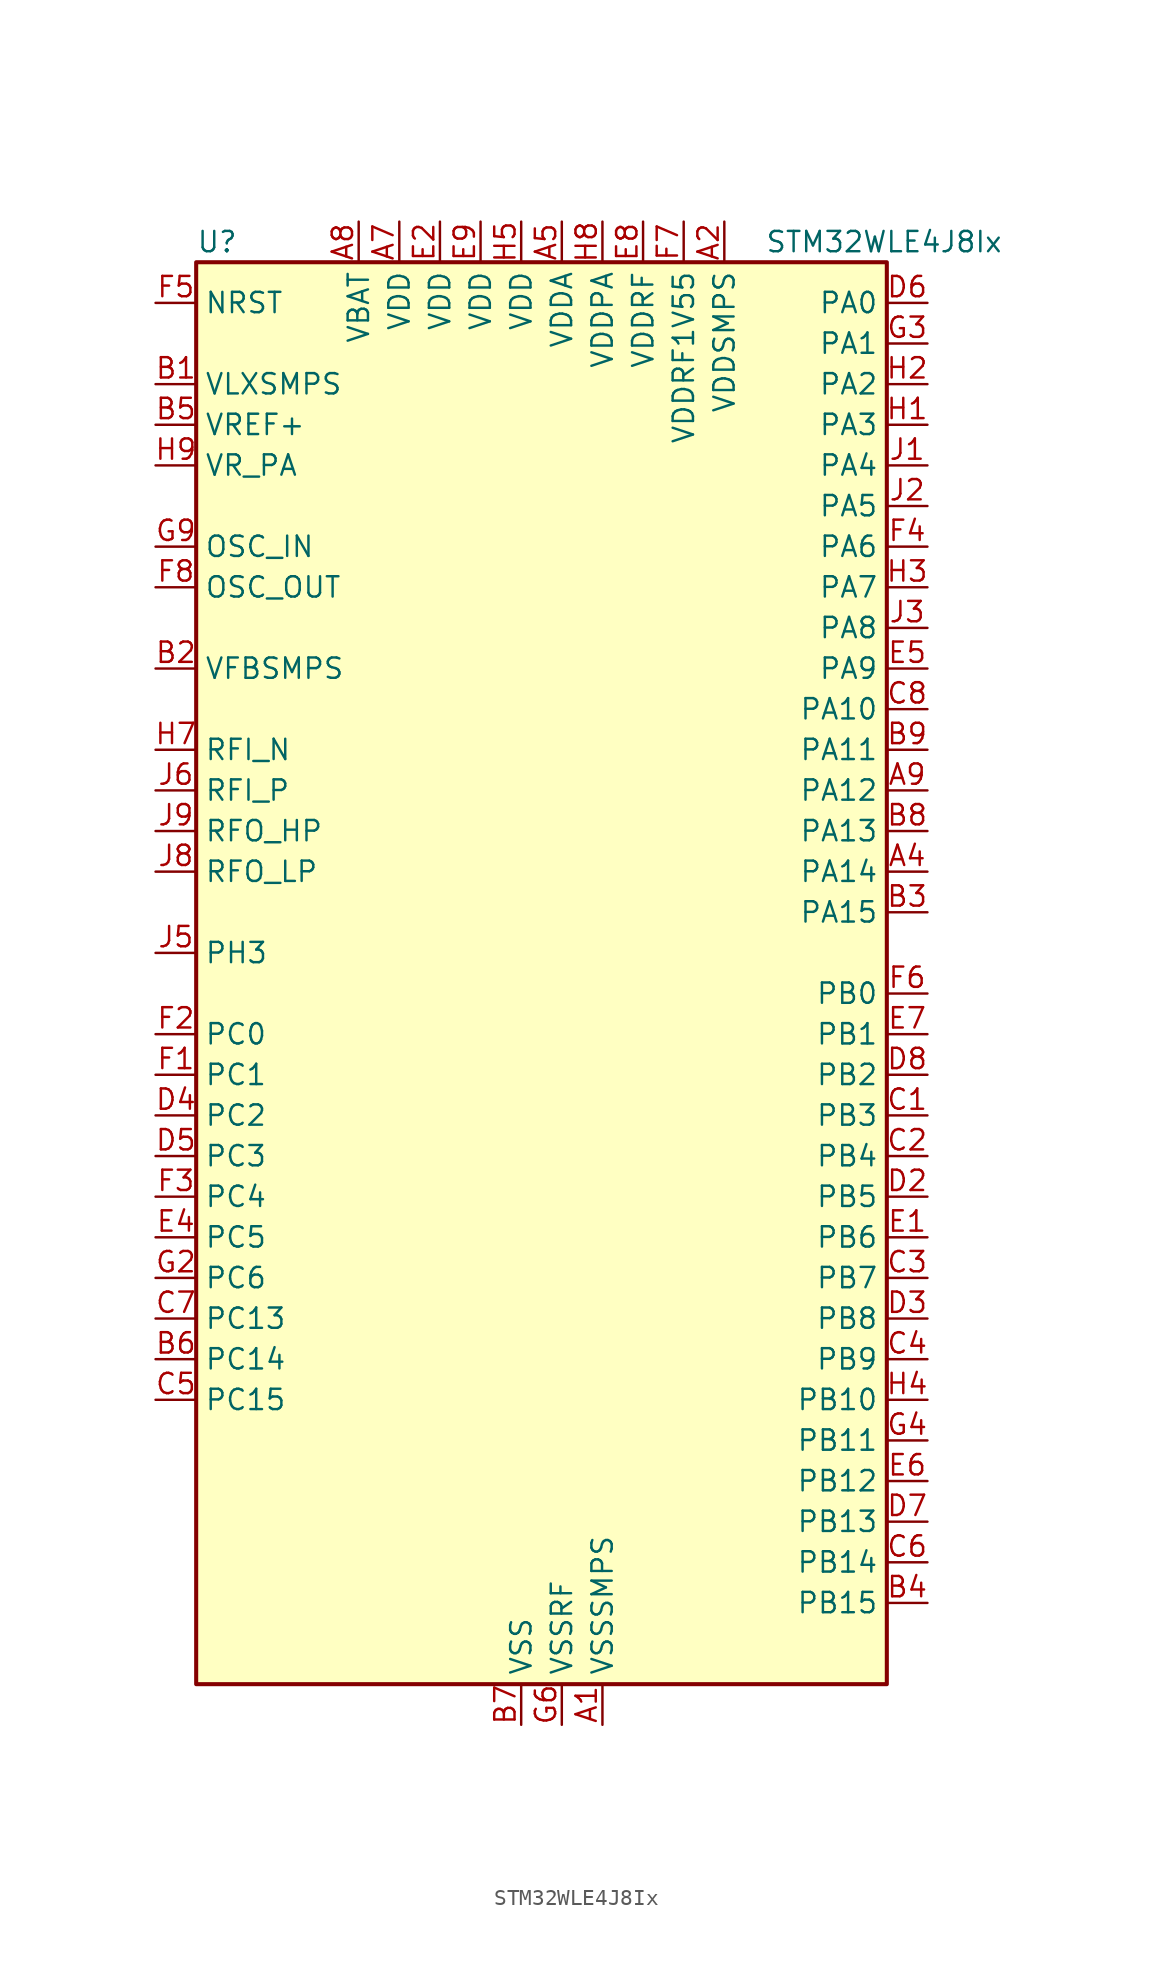
<source format=kicad_sym>
(kicad_symbol_lib
  (version 20231120)
  (generator "kicad_symbol_editor")
  (generator_version "8.0")
  (symbol "STM32WLE4J8Ix"
    (property "Reference" "U"
      (at -20.32 46.99 0)
      (effects (font (size 1.27 1.27)) (justify left)))
    (property "Value" "STM32WLE4J8Ix"
      (at 15.24 46.99 0)
      (effects (font (size 1.27 1.27)) (justify left)))
    (property "ki_locked" ""
      (at 0 0 0)
      (effects (font (size 1.27 1.27))))
    (symbol "STM32WLE4J8Ix_0_1"
      (rectangle (start -20.32 -43.18) (end 22.86 45.72) (stroke (width 0.254) (type default)) (fill (type background))))
    (symbol "STM32WLE4J8Ix_1_1"
      (pin power_in line (at 5.08 -45.72 90) (length 2.54) (name "VSSSMPS" (effects (font (size 1.27 1.27)))) (number "A1" (effects (font (size 1.27 1.27)))))
      (pin power_in line (at 12.7 48.26 270) (length 2.54) (name "VDDSMPS" (effects (font (size 1.27 1.27)))) (number "A2" (effects (font (size 1.27 1.27)))))
      (pin bidirectional line (at 25.4 7.62 180) (length 2.54) (name "PA14" (effects (font (size 1.27 1.27)))) (number "A4" (effects (font (size 1.27 1.27)))) (alternate "ADC_IN10" bidirectional line) (alternate "DEBUG_JTCK-SWCLK" bidirectional line) (alternate "I2C1_SMBA" bidirectional line) (alternate "LPTIM1_OUT" bidirectional line))
      (pin power_in line (at 2.54 48.26 270) (length 2.54) (name "VDDA" (effects (font (size 1.27 1.27)))) (number "A5" (effects (font (size 1.27 1.27)))))
      (pin power_in line (at -7.62 48.26 270) (length 2.54) (name "VDD" (effects (font (size 1.27 1.27)))) (number "A7" (effects (font (size 1.27 1.27)))))
      (pin power_in line (at -10.16 48.26 270) (length 2.54) (name "VBAT" (effects (font (size 1.27 1.27)))) (number "A8" (effects (font (size 1.27 1.27)))))
      (pin bidirectional line (at 25.4 12.7 180) (length 2.54) (name "PA12" (effects (font (size 1.27 1.27)))) (number "A9" (effects (font (size 1.27 1.27)))) (alternate "ADC_IN8" bidirectional line) (alternate "DEBUG_RF-BUSY" bidirectional line) (alternate "I2C2_SCL" bidirectional line) (alternate "LPTIM3_IN1" bidirectional line) (alternate "SPI1_MOSI" bidirectional line) (alternate "TIM1_ETR" bidirectional line) (alternate "USART1_DE" bidirectional line) (alternate "USART1_RTS" bidirectional line))
      (pin power_in line (at -22.86 38.1 0) (length 2.54) (name "VLXSMPS" (effects (font (size 1.27 1.27)))) (number "B1" (effects (font (size 1.27 1.27)))))
      (pin input line (at -22.86 20.32 0) (length 2.54) (name "VFBSMPS" (effects (font (size 1.27 1.27)))) (number "B2" (effects (font (size 1.27 1.27)))))
      (pin bidirectional line (at 25.4 5.08 180) (length 2.54) (name "PA15" (effects (font (size 1.27 1.27)))) (number "B3" (effects (font (size 1.27 1.27)))) (alternate "ADC_IN11" bidirectional line) (alternate "COMP1_INM" bidirectional line) (alternate "COMP2_INP" bidirectional line) (alternate "DEBUG_JTDI" bidirectional line) (alternate "I2C2_SDA" bidirectional line) (alternate "SPI1_NSS" bidirectional line) (alternate "TIM2_CH1" bidirectional line) (alternate "TIM2_ETR" bidirectional line))
      (pin bidirectional line (at 25.4 -38.1 180) (length 2.54) (name "PB15" (effects (font (size 1.27 1.27)))) (number "B4" (effects (font (size 1.27 1.27)))) (alternate "I2C2_SCL" bidirectional line) (alternate "I2S2_SD" bidirectional line) (alternate "SPI2_MOSI" bidirectional line) (alternate "TIM1_CH3N" bidirectional line))
      (pin input line (at -22.86 35.56 0) (length 2.54) (name "VREF+" (effects (font (size 1.27 1.27)))) (number "B5" (effects (font (size 1.27 1.27)))) (alternate "VREFBUF_OUT" bidirectional line))
      (pin bidirectional line (at -22.86 -22.86 0) (length 2.54) (name "PC14" (effects (font (size 1.27 1.27)))) (number "B6" (effects (font (size 1.27 1.27)))) (alternate "RCC_OSC32_IN" bidirectional line))
      (pin power_in line (at 0 -45.72 90) (length 2.54) (name "VSS" (effects (font (size 1.27 1.27)))) (number "B7" (effects (font (size 1.27 1.27)))))
      (pin bidirectional line (at 25.4 10.16 180) (length 2.54) (name "PA13" (effects (font (size 1.27 1.27)))) (number "B8" (effects (font (size 1.27 1.27)))) (alternate "ADC_IN9" bidirectional line) (alternate "DEBUG_JTMS-SWDIO" bidirectional line) (alternate "I2C2_SMBA" bidirectional line) (alternate "IR_OUT" bidirectional line))
      (pin bidirectional line (at 25.4 15.24 180) (length 2.54) (name "PA11" (effects (font (size 1.27 1.27)))) (number "B9" (effects (font (size 1.27 1.27)))) (alternate "ADC_EXTI11" bidirectional line) (alternate "ADC_IN7" bidirectional line) (alternate "COMP1_INM" bidirectional line) (alternate "COMP2_INM" bidirectional line) (alternate "DEBUG_RF-NRESET" bidirectional line) (alternate "I2C2_SDA" bidirectional line) (alternate "LPTIM3_ETR" bidirectional line) (alternate "SPI1_MISO" bidirectional line) (alternate "TIM1_BKIN2" bidirectional line) (alternate "TIM1_CH4" bidirectional line) (alternate "USART1_CTS" bidirectional line) (alternate "USART1_NSS" bidirectional line))
      (pin bidirectional line (at 25.4 -7.62 180) (length 2.54) (name "PB3" (effects (font (size 1.27 1.27)))) (number "C1" (effects (font (size 1.27 1.27)))) (alternate "ADC_IN2" bidirectional line) (alternate "COMP1_INM" bidirectional line) (alternate "COMP2_INM" bidirectional line) (alternate "DEBUG_JTDO-SWO" bidirectional line) (alternate "DEBUG_RF-DTB1" bidirectional line) (alternate "PWR_WKUP3" bidirectional line) (alternate "RTC_TAMP_IN3" bidirectional line) (alternate "SPI1_SCK" bidirectional line) (alternate "TIM2_CH2" bidirectional line) (alternate "USART1_DE" bidirectional line) (alternate "USART1_RTS" bidirectional line))
      (pin bidirectional line (at 25.4 -10.16 180) (length 2.54) (name "PB4" (effects (font (size 1.27 1.27)))) (number "C2" (effects (font (size 1.27 1.27)))) (alternate "ADC_IN3" bidirectional line) (alternate "COMP1_INP" bidirectional line) (alternate "COMP2_INP" bidirectional line) (alternate "DEBUG_JTRST" bidirectional line) (alternate "DEBUG_RF-LDORDY" bidirectional line) (alternate "I2C3_SDA" bidirectional line) (alternate "SPI1_MISO" bidirectional line) (alternate "TIM17_BKIN" bidirectional line) (alternate "USART1_CTS" bidirectional line) (alternate "USART1_NSS" bidirectional line))
      (pin bidirectional line (at 25.4 -17.78 180) (length 2.54) (name "PB7" (effects (font (size 1.27 1.27)))) (number "C3" (effects (font (size 1.27 1.27)))) (alternate "I2C1_SDA" bidirectional line) (alternate "LPTIM1_IN2" bidirectional line) (alternate "PWR_PVD_IN" bidirectional line) (alternate "TIM17_CH1N" bidirectional line) (alternate "TIM1_BKIN" bidirectional line) (alternate "USART1_RX" bidirectional line))
      (pin bidirectional line (at 25.4 -22.86 180) (length 2.54) (name "PB9" (effects (font (size 1.27 1.27)))) (number "C4" (effects (font (size 1.27 1.27)))) (alternate "DAC_EXTI9" bidirectional line) (alternate "I2C1_SDA" bidirectional line) (alternate "I2S2_WS" bidirectional line) (alternate "IR_OUT" bidirectional line) (alternate "SPI2_NSS" bidirectional line) (alternate "TIM17_CH1" bidirectional line) (alternate "TIM1_CH3N" bidirectional line))
      (pin bidirectional line (at -22.86 -25.4 0) (length 2.54) (name "PC15" (effects (font (size 1.27 1.27)))) (number "C5" (effects (font (size 1.27 1.27)))) (alternate "RCC_OSC32_OUT" bidirectional line))
      (pin bidirectional line (at 25.4 -35.56 180) (length 2.54) (name "PB14" (effects (font (size 1.27 1.27)))) (number "C6" (effects (font (size 1.27 1.27)))) (alternate "ADC_IN1" bidirectional line) (alternate "I2C3_SDA" bidirectional line) (alternate "I2S2_MCK" bidirectional line) (alternate "SPI2_MISO" bidirectional line) (alternate "TIM1_CH2N" bidirectional line))
      (pin bidirectional line (at -22.86 -20.32 0) (length 2.54) (name "PC13" (effects (font (size 1.27 1.27)))) (number "C7" (effects (font (size 1.27 1.27)))) (alternate "PWR_WKUP2" bidirectional line) (alternate "RTC_OUT1" bidirectional line) (alternate "RTC_TAMP_IN1" bidirectional line) (alternate "RTC_TS" bidirectional line))
      (pin bidirectional line (at 25.4 17.78 180) (length 2.54) (name "PA10" (effects (font (size 1.27 1.27)))) (number "C8" (effects (font (size 1.27 1.27)))) (alternate "ADC_IN6" bidirectional line) (alternate "COMP1_INM" bidirectional line) (alternate "COMP2_INM" bidirectional line) (alternate "DAC_OUT1" bidirectional line) (alternate "DEBUG_RF-HSE32RDY" bidirectional line) (alternate "I2C1_SDA" bidirectional line) (alternate "I2S2_SD" bidirectional line) (alternate "RTC_REFIN" bidirectional line) (alternate "SPI2_MOSI" bidirectional line) (alternate "TIM17_BKIN" bidirectional line) (alternate "TIM1_CH3" bidirectional line) (alternate "USART1_RX" bidirectional line))
      (pin bidirectional line (at 25.4 -12.7 180) (length 2.54) (name "PB5" (effects (font (size 1.27 1.27)))) (number "D2" (effects (font (size 1.27 1.27)))) (alternate "COMP2_OUT" bidirectional line) (alternate "I2C1_SMBA" bidirectional line) (alternate "LPTIM1_IN1" bidirectional line) (alternate "SPI1_MOSI" bidirectional line) (alternate "TIM16_BKIN" bidirectional line) (alternate "USART1_CK" bidirectional line))
      (pin bidirectional line (at 25.4 -20.32 180) (length 2.54) (name "PB8" (effects (font (size 1.27 1.27)))) (number "D3" (effects (font (size 1.27 1.27)))) (alternate "I2C1_SCL" bidirectional line) (alternate "TIM16_CH1" bidirectional line) (alternate "TIM1_CH2N" bidirectional line))
      (pin bidirectional line (at -22.86 -7.62 0) (length 2.54) (name "PC2" (effects (font (size 1.27 1.27)))) (number "D4" (effects (font (size 1.27 1.27)))) (alternate "LPTIM1_IN2" bidirectional line) (alternate "SPI2_MISO" bidirectional line))
      (pin bidirectional line (at -22.86 -10.16 0) (length 2.54) (name "PC3" (effects (font (size 1.27 1.27)))) (number "D5" (effects (font (size 1.27 1.27)))) (alternate "I2S2_SD" bidirectional line) (alternate "LPTIM1_ETR" bidirectional line) (alternate "LPTIM2_ETR" bidirectional line) (alternate "SPI2_MOSI" bidirectional line))
      (pin bidirectional line (at 25.4 43.18 180) (length 2.54) (name "PA0" (effects (font (size 1.27 1.27)))) (number "D6" (effects (font (size 1.27 1.27)))) (alternate "COMP1_OUT" bidirectional line) (alternate "DEBUG_PWR-REGLP1S" bidirectional line) (alternate "I2C3_SMBA" bidirectional line) (alternate "I2S_CKIN" bidirectional line) (alternate "PWR_WKUP1" bidirectional line) (alternate "RTC_TAMP_IN2" bidirectional line) (alternate "TIM2_CH1" bidirectional line) (alternate "TIM2_ETR" bidirectional line) (alternate "USART2_CTS" bidirectional line) (alternate "USART2_NSS" bidirectional line))
      (pin bidirectional line (at 25.4 -33.02 180) (length 2.54) (name "PB13" (effects (font (size 1.27 1.27)))) (number "D7" (effects (font (size 1.27 1.27)))) (alternate "ADC_IN0" bidirectional line) (alternate "I2C3_SCL" bidirectional line) (alternate "I2S2_CK" bidirectional line) (alternate "LPUART1_CTS" bidirectional line) (alternate "SPI2_SCK" bidirectional line) (alternate "TIM1_CH1N" bidirectional line))
      (pin bidirectional line (at 25.4 -5.08 180) (length 2.54) (name "PB2" (effects (font (size 1.27 1.27)))) (number "D8" (effects (font (size 1.27 1.27)))) (alternate "ADC_IN4" bidirectional line) (alternate "COMP1_INP" bidirectional line) (alternate "COMP2_INM" bidirectional line) (alternate "DEBUG_RF-SMPSRDY" bidirectional line) (alternate "I2C3_SMBA" bidirectional line) (alternate "LPTIM1_OUT" bidirectional line) (alternate "SPI1_NSS" bidirectional line))
      (pin passive line (at 0 -45.72 90) (length 2.54) hide (name "VSS" (effects (font (size 1.27 1.27)))) (number "D9" (effects (font (size 1.27 1.27)))))
      (pin bidirectional line (at 25.4 -15.24 180) (length 2.54) (name "PB6" (effects (font (size 1.27 1.27)))) (number "E1" (effects (font (size 1.27 1.27)))) (alternate "I2C1_SCL" bidirectional line) (alternate "LPTIM1_ETR" bidirectional line) (alternate "TIM16_CH1N" bidirectional line) (alternate "USART1_TX" bidirectional line))
      (pin power_in line (at -5.08 48.26 270) (length 2.54) (name "VDD" (effects (font (size 1.27 1.27)))) (number "E2" (effects (font (size 1.27 1.27)))))
      (pin passive line (at 0 -45.72 90) (length 2.54) hide (name "VSS" (effects (font (size 1.27 1.27)))) (number "E3" (effects (font (size 1.27 1.27)))))
      (pin bidirectional line (at -22.86 -15.24 0) (length 2.54) (name "PC5" (effects (font (size 1.27 1.27)))) (number "E4" (effects (font (size 1.27 1.27)))))
      (pin bidirectional line (at 25.4 20.32 180) (length 2.54) (name "PA9" (effects (font (size 1.27 1.27)))) (number "E5" (effects (font (size 1.27 1.27)))) (alternate "DAC_EXTI9" bidirectional line) (alternate "I2C1_SCL" bidirectional line) (alternate "I2S2_CK" bidirectional line) (alternate "I2S2_WS" bidirectional line) (alternate "SPI2_NSS" bidirectional line) (alternate "SPI2_SCK" bidirectional line) (alternate "TIM1_CH2" bidirectional line) (alternate "USART1_TX" bidirectional line))
      (pin bidirectional line (at 25.4 -30.48 180) (length 2.54) (name "PB12" (effects (font (size 1.27 1.27)))) (number "E6" (effects (font (size 1.27 1.27)))) (alternate "I2C3_SMBA" bidirectional line) (alternate "I2S2_WS" bidirectional line) (alternate "LPUART1_RTS" bidirectional line) (alternate "SPI2_NSS" bidirectional line) (alternate "TIM1_BKIN" bidirectional line))
      (pin bidirectional line (at 25.4 -2.54 180) (length 2.54) (name "PB1" (effects (font (size 1.27 1.27)))) (number "E7" (effects (font (size 1.27 1.27)))) (alternate "ADC_IN5" bidirectional line) (alternate "COMP2_INP" bidirectional line) (alternate "LPTIM2_IN1" bidirectional line) (alternate "LPUART1_DE" bidirectional line) (alternate "LPUART1_RTS" bidirectional line))
      (pin power_in line (at 7.62 48.26 270) (length 2.54) (name "VDDRF" (effects (font (size 1.27 1.27)))) (number "E8" (effects (font (size 1.27 1.27)))))
      (pin power_in line (at -2.54 48.26 270) (length 2.54) (name "VDD" (effects (font (size 1.27 1.27)))) (number "E9" (effects (font (size 1.27 1.27)))))
      (pin bidirectional line (at -22.86 -5.08 0) (length 2.54) (name "PC1" (effects (font (size 1.27 1.27)))) (number "F1" (effects (font (size 1.27 1.27)))) (alternate "I2C3_SDA" bidirectional line) (alternate "I2S2_SD" bidirectional line) (alternate "LPTIM1_OUT" bidirectional line) (alternate "LPUART1_TX" bidirectional line) (alternate "SPI2_MOSI" bidirectional line))
      (pin bidirectional line (at -22.86 -2.54 0) (length 2.54) (name "PC0" (effects (font (size 1.27 1.27)))) (number "F2" (effects (font (size 1.27 1.27)))) (alternate "I2C3_SCL" bidirectional line) (alternate "LPTIM1_IN1" bidirectional line) (alternate "LPTIM2_IN1" bidirectional line) (alternate "LPUART1_RX" bidirectional line))
      (pin bidirectional line (at -22.86 -12.7 0) (length 2.54) (name "PC4" (effects (font (size 1.27 1.27)))) (number "F3" (effects (font (size 1.27 1.27)))))
      (pin bidirectional line (at 25.4 27.94 180) (length 2.54) (name "PA6" (effects (font (size 1.27 1.27)))) (number "F4" (effects (font (size 1.27 1.27)))) (alternate "DEBUG_SUBGHZSPI-MISOOUT" bidirectional line) (alternate "I2C2_SMBA" bidirectional line) (alternate "LPUART1_CTS" bidirectional line) (alternate "SPI1_MISO" bidirectional line) (alternate "TIM16_CH1" bidirectional line) (alternate "TIM1_BKIN" bidirectional line))
      (pin input line (at -22.86 43.18 0) (length 2.54) (name "NRST" (effects (font (size 1.27 1.27)))) (number "F5" (effects (font (size 1.27 1.27)))))
      (pin bidirectional line (at 25.4 0 180) (length 2.54) (name "PB0" (effects (font (size 1.27 1.27)))) (number "F6" (effects (font (size 1.27 1.27)))) (alternate "COMP1_OUT" bidirectional line) (alternate "VDDTCXO" bidirectional line))
      (pin power_in line (at 10.16 48.26 270) (length 2.54) (name "VDDRF1V55" (effects (font (size 1.27 1.27)))) (number "F7" (effects (font (size 1.27 1.27)))))
      (pin input line (at -22.86 25.4 0) (length 2.54) (name "OSC_OUT" (effects (font (size 1.27 1.27)))) (number "F8" (effects (font (size 1.27 1.27)))) (alternate "RCC_OSC_OUT" bidirectional line))
      (pin bidirectional line (at -22.86 -17.78 0) (length 2.54) (name "PC6" (effects (font (size 1.27 1.27)))) (number "G2" (effects (font (size 1.27 1.27)))) (alternate "I2S2_MCK" bidirectional line))
      (pin bidirectional line (at 25.4 40.64 180) (length 2.54) (name "PA1" (effects (font (size 1.27 1.27)))) (number "G3" (effects (font (size 1.27 1.27)))) (alternate "DEBUG_PWR-REGLP2S" bidirectional line) (alternate "I2C1_SMBA" bidirectional line) (alternate "LPTIM3_OUT" bidirectional line) (alternate "LPUART1_RTS" bidirectional line) (alternate "SPI1_SCK" bidirectional line) (alternate "TIM2_CH2" bidirectional line) (alternate "USART2_DE" bidirectional line) (alternate "USART2_RTS" bidirectional line))
      (pin bidirectional line (at 25.4 -27.94 180) (length 2.54) (name "PB11" (effects (font (size 1.27 1.27)))) (number "G4" (effects (font (size 1.27 1.27)))) (alternate "ADC_EXTI11" bidirectional line) (alternate "COMP2_OUT" bidirectional line) (alternate "I2C3_SDA" bidirectional line) (alternate "LPUART1_TX" bidirectional line) (alternate "TIM2_CH4" bidirectional line))
      (pin passive line (at 0 -45.72 90) (length 2.54) hide (name "VSS" (effects (font (size 1.27 1.27)))) (number "G5" (effects (font (size 1.27 1.27)))))
      (pin power_in line (at 2.54 -45.72 90) (length 2.54) (name "VSSRF" (effects (font (size 1.27 1.27)))) (number "G6" (effects (font (size 1.27 1.27)))))
      (pin passive line (at 2.54 -45.72 90) (length 2.54) hide (name "VSSRF" (effects (font (size 1.27 1.27)))) (number "G7" (effects (font (size 1.27 1.27)))))
      (pin passive line (at 2.54 -45.72 90) (length 2.54) hide (name "VSSRF" (effects (font (size 1.27 1.27)))) (number "G8" (effects (font (size 1.27 1.27)))))
      (pin input line (at -22.86 27.94 0) (length 2.54) (name "OSC_IN" (effects (font (size 1.27 1.27)))) (number "G9" (effects (font (size 1.27 1.27)))) (alternate "RCC_OSC_IN" bidirectional line))
      (pin bidirectional line (at 25.4 35.56 180) (length 2.54) (name "PA3" (effects (font (size 1.27 1.27)))) (number "H1" (effects (font (size 1.27 1.27)))) (alternate "I2S2_MCK" bidirectional line) (alternate "LPUART1_RX" bidirectional line) (alternate "TIM2_CH4" bidirectional line) (alternate "USART2_RX" bidirectional line))
      (pin bidirectional line (at 25.4 38.1 180) (length 2.54) (name "PA2" (effects (font (size 1.27 1.27)))) (number "H2" (effects (font (size 1.27 1.27)))) (alternate "COMP2_OUT" bidirectional line) (alternate "DEBUG_PWR-LDORDY" bidirectional line) (alternate "LPUART1_TX" bidirectional line) (alternate "RCC_LSCO" bidirectional line) (alternate "TIM2_CH3" bidirectional line) (alternate "USART2_TX" bidirectional line))
      (pin bidirectional line (at 25.4 25.4 180) (length 2.54) (name "PA7" (effects (font (size 1.27 1.27)))) (number "H3" (effects (font (size 1.27 1.27)))) (alternate "COMP2_OUT" bidirectional line) (alternate "DEBUG_SUBGHZSPI-MOSIOUT" bidirectional line) (alternate "I2C3_SCL" bidirectional line) (alternate "SPI1_MOSI" bidirectional line) (alternate "TIM17_CH1" bidirectional line) (alternate "TIM1_CH1N" bidirectional line))
      (pin bidirectional line (at 25.4 -25.4 180) (length 2.54) (name "PB10" (effects (font (size 1.27 1.27)))) (number "H4" (effects (font (size 1.27 1.27)))) (alternate "COMP1_OUT" bidirectional line) (alternate "I2C3_SCL" bidirectional line) (alternate "I2S2_CK" bidirectional line) (alternate "LPUART1_RX" bidirectional line) (alternate "SPI2_SCK" bidirectional line) (alternate "TIM2_CH3" bidirectional line))
      (pin power_in line (at 0 48.26 270) (length 2.54) (name "VDD" (effects (font (size 1.27 1.27)))) (number "H5" (effects (font (size 1.27 1.27)))))
      (pin passive line (at 2.54 -45.72 90) (length 2.54) hide (name "VSSRF" (effects (font (size 1.27 1.27)))) (number "H6" (effects (font (size 1.27 1.27)))))
      (pin bidirectional line (at -22.86 15.24 0) (length 2.54) (name "RFI_N" (effects (font (size 1.27 1.27)))) (number "H7" (effects (font (size 1.27 1.27)))))
      (pin power_in line (at 5.08 48.26 270) (length 2.54) (name "VDDPA" (effects (font (size 1.27 1.27)))) (number "H8" (effects (font (size 1.27 1.27)))))
      (pin power_in line (at -22.86 33.02 0) (length 2.54) (name "VR_PA" (effects (font (size 1.27 1.27)))) (number "H9" (effects (font (size 1.27 1.27)))))
      (pin bidirectional line (at 25.4 33.02 180) (length 2.54) (name "PA4" (effects (font (size 1.27 1.27)))) (number "J1" (effects (font (size 1.27 1.27)))) (alternate "DEBUG_SUBGHZSPI-NSSOUT" bidirectional line) (alternate "LPTIM1_OUT" bidirectional line) (alternate "LPTIM2_OUT" bidirectional line) (alternate "RTC_OUT2" bidirectional line) (alternate "SPI1_NSS" bidirectional line) (alternate "USART2_CK" bidirectional line))
      (pin bidirectional line (at 25.4 30.48 180) (length 2.54) (name "PA5" (effects (font (size 1.27 1.27)))) (number "J2" (effects (font (size 1.27 1.27)))) (alternate "DEBUG_SUBGHZSPI-SCKOUT" bidirectional line) (alternate "LPTIM2_ETR" bidirectional line) (alternate "SPI1_SCK" bidirectional line) (alternate "SPI2_MISO" bidirectional line) (alternate "TIM2_CH1" bidirectional line) (alternate "TIM2_ETR" bidirectional line))
      (pin bidirectional line (at 25.4 22.86 180) (length 2.54) (name "PA8" (effects (font (size 1.27 1.27)))) (number "J3" (effects (font (size 1.27 1.27)))) (alternate "I2S2_CK" bidirectional line) (alternate "LPTIM2_OUT" bidirectional line) (alternate "RCC_MCO" bidirectional line) (alternate "SPI2_SCK" bidirectional line) (alternate "TIM1_CH1" bidirectional line) (alternate "USART1_CK" bidirectional line))
      (pin bidirectional line (at -22.86 2.54 0) (length 2.54) (name "PH3" (effects (font (size 1.27 1.27)))) (number "J5" (effects (font (size 1.27 1.27)))))
      (pin bidirectional line (at -22.86 12.7 0) (length 2.54) (name "RFI_P" (effects (font (size 1.27 1.27)))) (number "J6" (effects (font (size 1.27 1.27)))))
      (pin bidirectional line (at -22.86 7.62 0) (length 2.54) (name "RFO_LP" (effects (font (size 1.27 1.27)))) (number "J8" (effects (font (size 1.27 1.27)))))
      (pin bidirectional line (at -22.86 10.16 0) (length 2.54) (name "RFO_HP" (effects (font (size 1.27 1.27)))) (number "J9" (effects (font (size 1.27 1.27))))))))
</source>
